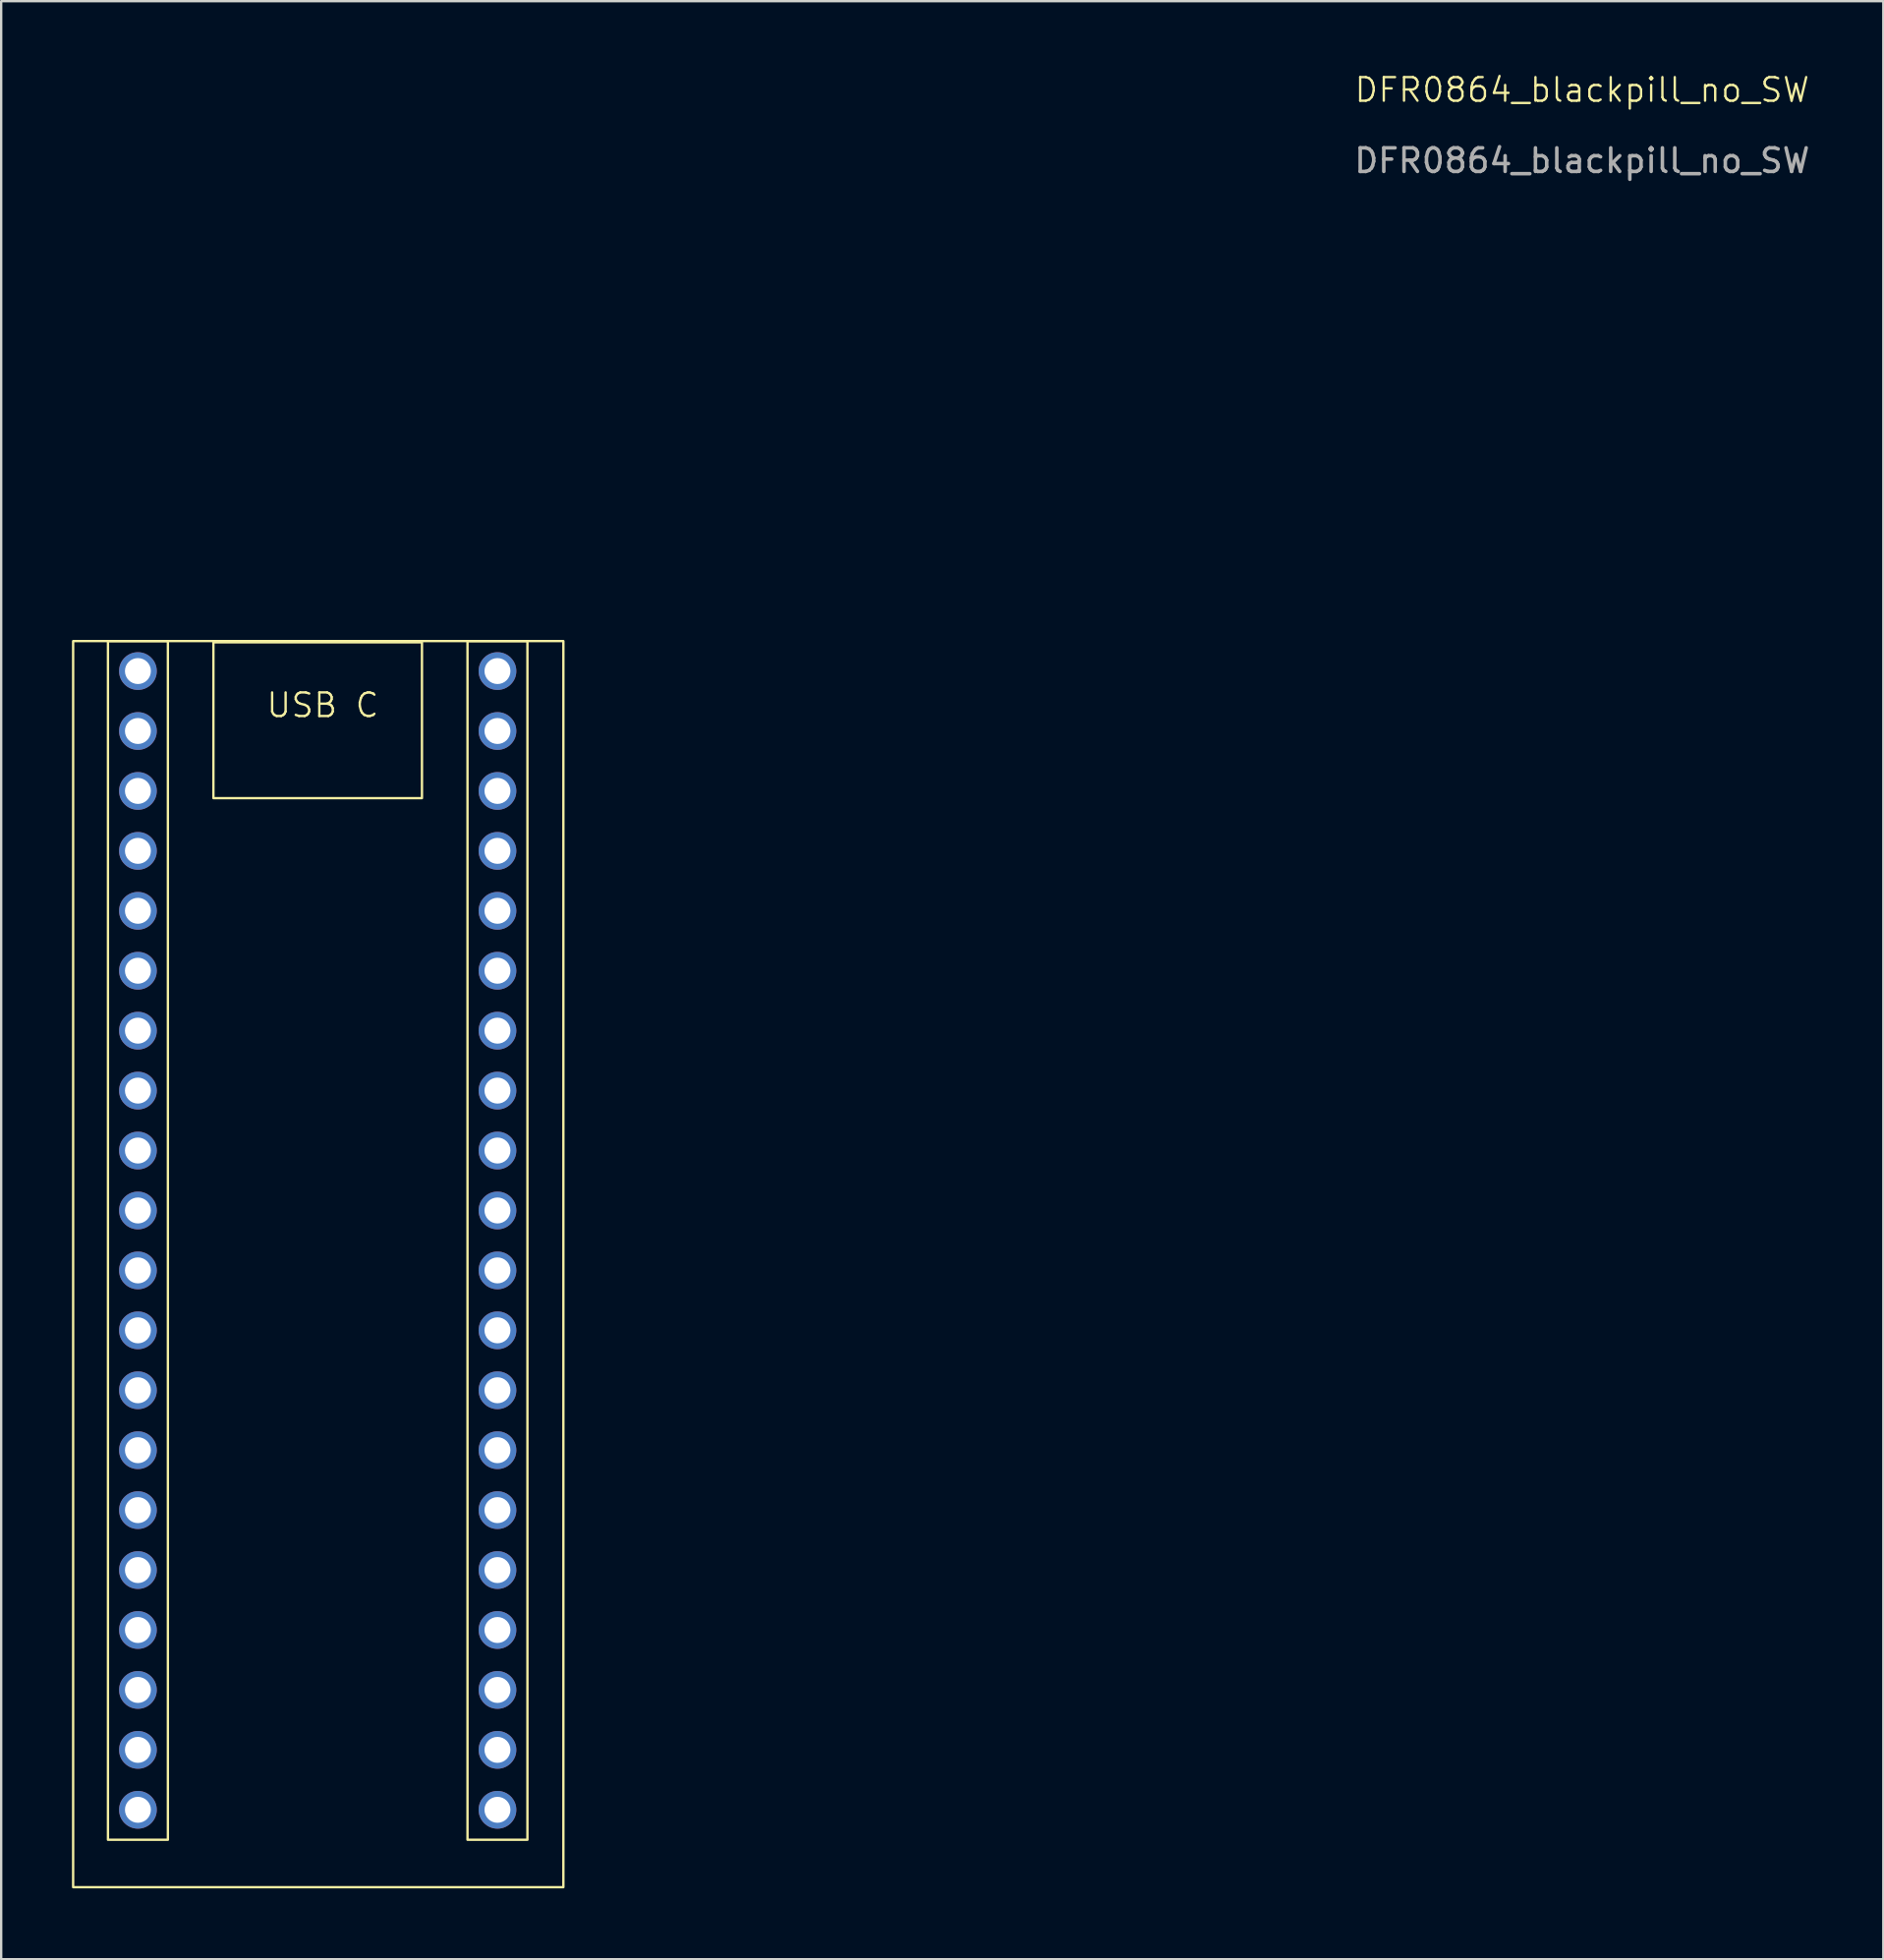
<source format=kicad_pcb>
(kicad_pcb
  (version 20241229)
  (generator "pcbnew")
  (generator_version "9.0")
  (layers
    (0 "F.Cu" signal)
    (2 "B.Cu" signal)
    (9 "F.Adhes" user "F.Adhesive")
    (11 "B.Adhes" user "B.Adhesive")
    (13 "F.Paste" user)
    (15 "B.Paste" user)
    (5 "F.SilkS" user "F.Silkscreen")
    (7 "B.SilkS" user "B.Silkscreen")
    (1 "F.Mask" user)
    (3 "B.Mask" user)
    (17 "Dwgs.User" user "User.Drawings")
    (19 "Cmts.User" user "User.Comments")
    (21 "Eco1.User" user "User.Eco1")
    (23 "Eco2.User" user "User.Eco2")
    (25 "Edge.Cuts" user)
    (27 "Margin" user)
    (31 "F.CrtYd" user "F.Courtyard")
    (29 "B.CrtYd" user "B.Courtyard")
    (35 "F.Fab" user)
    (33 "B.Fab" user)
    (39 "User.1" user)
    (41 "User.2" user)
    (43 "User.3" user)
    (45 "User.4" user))
  (footprint "DFR0864_blackpill_no_SW"
    (layer "F.Cu")
    (at 64.01 24.12)
    (property "Reference" "DFR0864_blackpill_no_SW" (at 0 -23.36 0) (unlocked yes) (layer "F.SilkS") (effects (font (size 1 1) (thickness 0.1))))
    (attr through_hole)
    (fp_rect (start -63.96 0) (end -43.18 52.81) (stroke (width 0.1) (type solid)) (fill no) (layer "F.SilkS"))
    (fp_rect (start -62.484 0) (end -59.944 50.8) (stroke (width 0.1) (type default)) (fill no) (layer "F.SilkS"))
    (fp_rect (start -58.014 0.051) (end -49.174 6.655) (stroke (width 0.1) (type default)) (fill no) (layer "F.SilkS"))
    (fp_rect (start -47.244 0) (end -44.704 50.8) (stroke (width 0.1) (type default)) (fill no) (layer "F.SilkS"))
    (fp_text user "USB C" (at -55.829 3.302 0) (unlocked yes) (layer "F.SilkS") (effects (font (size 1 1) (thickness 0.1)) (justify left bottom)))
    (fp_text user "${REFERENCE}" (at 0 -20.36 0) (unlocked yes) (layer "F.Fab") (effects (font (size 1 1) (thickness 0.15))))
    (pad "1" thru_hole circle (at -61.214 1.27) (size 1.6 1.6) (drill 1.1) (layers "*.Cu" "*.Mask"))
    (pad "2" thru_hole circle (at -61.214 3.81) (size 1.6 1.6) (drill 1.1) (layers "*.Cu" "*.Mask"))
    (pad "3" thru_hole circle (at -61.214 6.35) (size 1.6 1.6) (drill 1.1) (layers "*.Cu" "*.Mask"))
    (pad "4" thru_hole circle (at -61.214 8.89) (size 1.6 1.6) (drill 1.1) (layers "*.Cu" "*.Mask"))
    (pad "5" thru_hole circle (at -61.214 11.43) (size 1.6 1.6) (drill 1.1) (layers "*.Cu" "*.Mask"))
    (pad "6" thru_hole circle (at -61.214 13.97) (size 1.6 1.6) (drill 1.1) (layers "*.Cu" "*.Mask"))
    (pad "7" thru_hole circle (at -61.214 16.51) (size 1.6 1.6) (drill 1.1) (layers "*.Cu" "*.Mask"))
    (pad "8" thru_hole circle (at -61.214 19.05) (size 1.6 1.6) (drill 1.1) (layers "*.Cu" "*.Mask"))
    (pad "9" thru_hole circle (at -61.214 21.59) (size 1.6 1.6) (drill 1.1) (layers "*.Cu" "*.Mask"))
    (pad "10" thru_hole circle (at -61.214 24.13) (size 1.6 1.6) (drill 1.1) (layers "*.Cu" "*.Mask"))
    (pad "11" thru_hole circle (at -61.214 26.67) (size 1.6 1.6) (drill 1.1) (layers "*.Cu" "*.Mask"))
    (pad "12" thru_hole circle (at -61.214 29.21) (size 1.6 1.6) (drill 1.1) (layers "*.Cu" "*.Mask"))
    (pad "13" thru_hole circle (at -61.214 31.75) (size 1.6 1.6) (drill 1.1) (layers "*.Cu" "*.Mask"))
    (pad "14" thru_hole circle (at -61.214 34.29) (size 1.6 1.6) (drill 1.1) (layers "*.Cu" "*.Mask"))
    (pad "15" thru_hole circle (at -61.214 36.83) (size 1.6 1.6) (drill 1.1) (layers "*.Cu" "*.Mask"))
    (pad "16" thru_hole circle (at -61.214 39.37) (size 1.6 1.6) (drill 1.1) (layers "*.Cu" "*.Mask"))
    (pad "17" thru_hole circle (at -61.214 41.91) (size 1.6 1.6) (drill 1.1) (layers "*.Cu" "*.Mask"))
    (pad "18" thru_hole circle (at -61.214 44.45) (size 1.6 1.6) (drill 1.1) (layers "*.Cu" "*.Mask"))
    (pad "19" thru_hole circle (at -61.214 46.99) (size 1.6 1.6) (drill 1.1) (layers "*.Cu" "*.Mask"))
    (pad "20" thru_hole circle (at -61.214 49.53) (size 1.6 1.6) (drill 1.1) (layers "*.Cu" "*.Mask"))
    (pad "21" thru_hole circle (at -45.974 1.27) (size 1.6 1.6) (drill 1.1) (layers "*.Cu" "*.Mask"))
    (pad "22" thru_hole circle (at -45.974 3.81) (size 1.6 1.6) (drill 1.1) (layers "*.Cu" "*.Mask"))
    (pad "23" thru_hole circle (at -45.974 6.35) (size 1.6 1.6) (drill 1.1) (layers "*.Cu" "*.Mask"))
    (pad "24" thru_hole circle (at -45.974 8.89) (size 1.6 1.6) (drill 1.1) (layers "*.Cu" "*.Mask"))
    (pad "25" thru_hole circle (at -45.974 11.43) (size 1.6 1.6) (drill 1.1) (layers "*.Cu" "*.Mask"))
    (pad "26" thru_hole circle (at -45.974 13.97) (size 1.6 1.6) (drill 1.1) (layers "*.Cu" "*.Mask"))
    (pad "27" thru_hole circle (at -45.974 16.51) (size 1.6 1.6) (drill 1.1) (layers "*.Cu" "*.Mask"))
    (pad "28" thru_hole circle (at -45.974 19.05) (size 1.6 1.6) (drill 1.1) (layers "*.Cu" "*.Mask"))
    (pad "29" thru_hole circle (at -45.974 21.59) (size 1.6 1.6) (drill 1.1) (layers "*.Cu" "*.Mask"))
    (pad "30" thru_hole circle (at -45.974 24.13) (size 1.6 1.6) (drill 1.1) (layers "*.Cu" "*.Mask"))
    (pad "31" thru_hole circle (at -45.974 26.67) (size 1.6 1.6) (drill 1.1) (layers "*.Cu" "*.Mask"))
    (pad "32" thru_hole circle (at -45.974 29.21) (size 1.6 1.6) (drill 1.1) (layers "*.Cu" "*.Mask"))
    (pad "33" thru_hole circle (at -45.974 31.75) (size 1.6 1.6) (drill 1.1) (layers "*.Cu" "*.Mask"))
    (pad "34" thru_hole circle (at -45.974 34.29) (size 1.6 1.6) (drill 1.1) (layers "*.Cu" "*.Mask"))
    (pad "35" thru_hole circle (at -45.974 36.83) (size 1.6 1.6) (drill 1.1) (layers "*.Cu" "*.Mask"))
    (pad "36" thru_hole circle (at -45.974 39.37) (size 1.6 1.6) (drill 1.1) (layers "*.Cu" "*.Mask"))
    (pad "37" thru_hole circle (at -45.974 41.91) (size 1.6 1.6) (drill 1.1) (layers "*.Cu" "*.Mask"))
    (pad "38" thru_hole circle (at -45.974 44.45) (size 1.6 1.6) (drill 1.1) (layers "*.Cu" "*.Mask"))
    (pad "39" thru_hole circle (at -45.974 46.99) (size 1.6 1.6) (drill 1.1) (layers "*.Cu" "*.Mask"))
    (pad "40" thru_hole circle (at -45.974 49.53) (size 1.6 1.6) (drill 1.1) (layers "*.Cu" "*.Mask")))
  (gr_rect
    (start -3 -3)
    (end 76.778 79.981)
    (stroke (width 0.1) (type default))
    (fill no)
    (layer "Edge.Cuts")))
</source>
